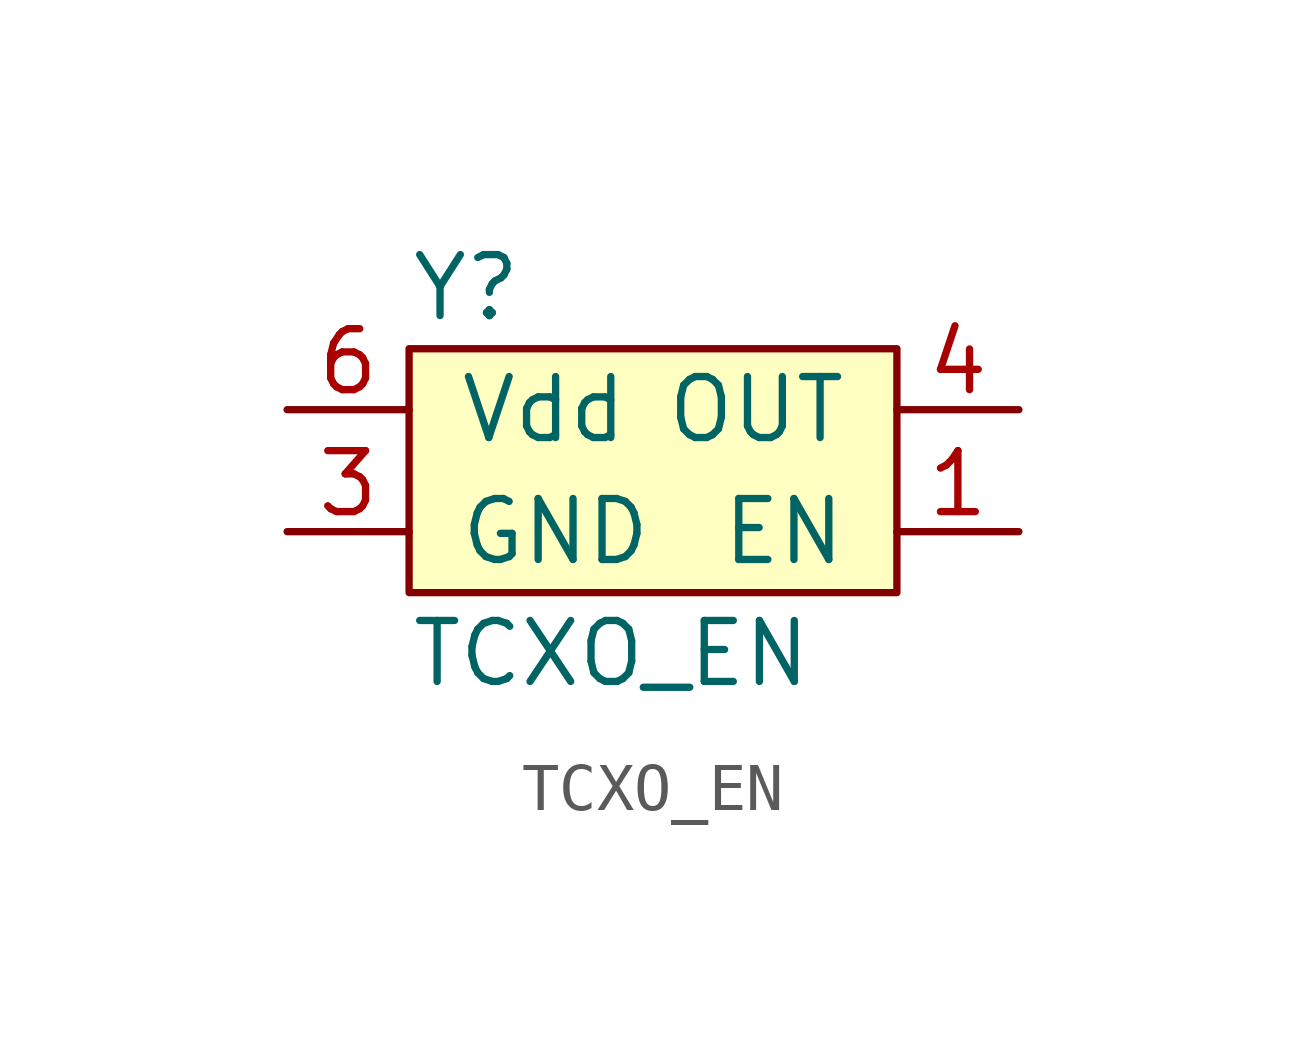
<source format=kicad_sym>
(kicad_symbol_lib
  (version 20211014)
  (generator kicad_symbol_editor)
  (symbol "TCXO_EN"
    (pin_names
      (offset 1.016))
    (property "Reference" "Y"
      (at -5.08 2.54 0)
      (effects (font (size 1.27 1.27)) (justify left)))
    (property "Value" "TCXO_EN"
      (at -5.08 -5.08 0)
      (effects (font (size 1.27 1.27)) (justify left)))
    (symbol "TCXO_EN_0_1"
      (rectangle (start -5.08 1.27) (end 5.08 -3.81) (stroke (width 0) (type default) (color 0 0 0 0)) (fill (type background))))
    (symbol "TCXO_EN_1_1"
      (pin input line (at 7.62 -2.54 180) (length 2.54) (name "EN" (effects (font (size 1.27 1.27)))) (number "1" (effects (font (size 1.27 1.27)))))
      (pin no_connect line (at 7.62 2.54 180) (length 2.54) hide (name "~" (effects (font (size 1.27 1.27)))) (number "2" (effects (font (size 1.27 1.27)))))
      (pin power_in line (at -7.62 -2.54 0) (length 2.54) (name "GND" (effects (font (size 1.27 1.27)))) (number "3" (effects (font (size 1.27 1.27)))))
      (pin output line (at 7.62 0 180) (length 2.54) (name "OUT" (effects (font (size 1.27 1.27)))) (number "4" (effects (font (size 1.27 1.27)))))
      (pin no_connect line (at -7.62 2.54 0) (length 2.54) hide (name "~" (effects (font (size 1.27 1.27)))) (number "5" (effects (font (size 1.27 1.27)))))
      (pin power_in line (at -7.62 0 0) (length 2.54) (name "Vdd" (effects (font (size 1.27 1.27)))) (number "6" (effects (font (size 1.27 1.27))))))))
</source>
